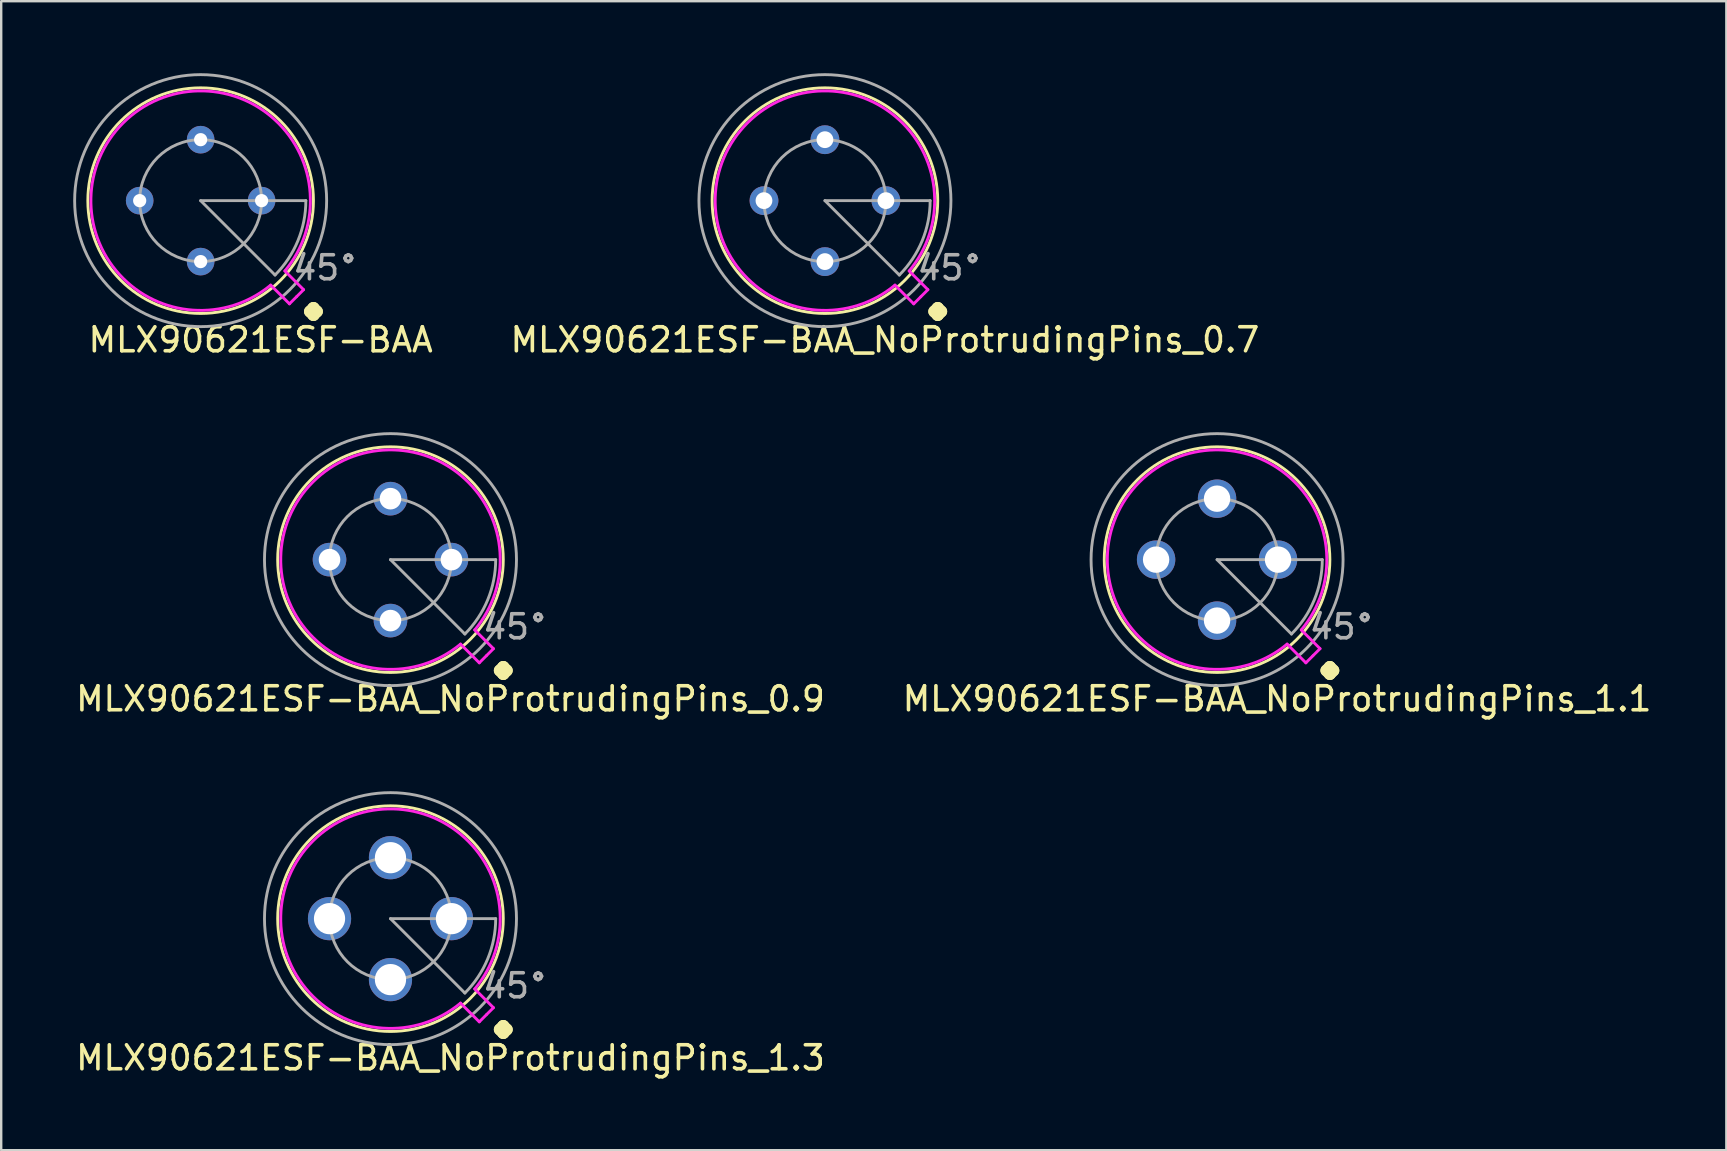
<source format=kicad_pcb>
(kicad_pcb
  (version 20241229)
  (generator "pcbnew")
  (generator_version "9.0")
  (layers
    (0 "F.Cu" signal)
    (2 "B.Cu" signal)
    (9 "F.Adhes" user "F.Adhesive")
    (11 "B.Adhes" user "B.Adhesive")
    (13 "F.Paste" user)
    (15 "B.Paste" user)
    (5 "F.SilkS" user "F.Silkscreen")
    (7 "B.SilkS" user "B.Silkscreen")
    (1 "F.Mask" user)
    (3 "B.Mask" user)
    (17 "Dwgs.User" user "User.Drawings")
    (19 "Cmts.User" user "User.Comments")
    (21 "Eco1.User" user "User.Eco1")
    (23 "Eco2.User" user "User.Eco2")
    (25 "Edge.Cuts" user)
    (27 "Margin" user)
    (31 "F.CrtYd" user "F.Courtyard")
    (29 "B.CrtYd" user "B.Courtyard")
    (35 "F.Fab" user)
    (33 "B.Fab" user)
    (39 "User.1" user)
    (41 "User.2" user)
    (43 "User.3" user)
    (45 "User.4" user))
  (footprint "MLX90621ESF-BAA_NoProtrudingPins_1.3"
    (layer "F.Cu")
    (at 13.22 35.227)
    (property "Reference" "MLX90621ESF-BAA_NoProtrudingPins_1.3" (at 2.5 5.8 0) (layer "F.SilkS") (effects (font (size 1 1) (thickness 0.15))))
    (attr through_hole)
    (fp_circle (center 0 0) (end 4.7 0) (stroke (width 0.12) (type solid)) (fill no) (layer "F.SilkS"))
    (fp_line (start 3.7 4.3) (end 2.92 3.52) (stroke (width 0.12) (type solid)) (layer "F.CrtYd"))
    (fp_line (start 3.7 4.3) (end 3.99 4.01) (stroke (width 0.12) (type solid)) (layer "F.CrtYd"))
    (fp_line (start 4 4) (end 4.29 3.71) (stroke (width 0.12) (type solid)) (layer "F.CrtYd"))
    (fp_line (start 4.29 3.71) (end 3.51 2.93) (stroke (width 0.12) (type solid)) (layer "F.CrtYd"))
    (fp_arc (start 2.919175 3.519006) (mid -3.228047 -3.238006) (end 3.509999 2.929999) (stroke (width 0.12) (type solid)) (layer "F.CrtYd"))
    (fp_line (start 0 0) (end 4.384 0) (stroke (width 0.12) (type solid)) (layer "F.Fab"))
    (fp_line (start 3.1 3.1) (end 0 0) (stroke (width 0.12) (type solid)) (layer "F.Fab"))
    (fp_arc (start 4.384061 0) (mid 4.050344 1.677707) (end 3.099999 3.099999) (stroke (width 0.12) (type solid)) (layer "F.Fab"))
    (fp_circle (center 0 0) (end 0 2.54) (stroke (width 0.12) (type solid)) (fill no) (layer "F.Fab"))
    (fp_circle (center 0 0) (end 5.25 0) (stroke (width 0.12) (type solid)) (fill no) (layer "F.Fab"))
    (fp_text user "." (at 4.7 3.4 0) (layer "F.SilkS") (effects (font (size 3 3) (thickness 0.5))))
    (fp_text user "45°" (at 5.2 2.8 0) (layer "F.Fab") (effects (font (size 1 1) (thickness 0.15))))
    (pad "1" thru_hole circle (at 2.54 0) (size 1.8 1.8) (drill 1.3) (layers "*.Cu" "*.Mask"))
    (pad "2" thru_hole circle (at 0 -2.54) (size 1.8 1.8) (drill 1.3) (layers "*.Cu" "*.Mask"))
    (pad "3" thru_hole circle (at -2.54 0) (size 1.8 1.8) (drill 1.3) (layers "*.Cu" "*.Mask"))
    (pad "4" thru_hole circle (at 0 2.54) (size 1.8 1.8) (drill 1.3) (layers "*.Cu" "*.Mask")))
  (footprint "MLX90621ESF-BAA_NoProtrudingPins_0.9"
    (layer "F.Cu")
    (at 13.22 20.268)
    (property "Reference" "MLX90621ESF-BAA_NoProtrudingPins_0.9" (at 2.5 5.8 0) (layer "F.SilkS") (effects (font (size 1 1) (thickness 0.15))))
    (attr through_hole)
    (fp_circle (center 0 0) (end 4.7 0) (stroke (width 0.12) (type solid)) (fill no) (layer "F.SilkS"))
    (fp_line (start 3.7 4.3) (end 2.92 3.52) (stroke (width 0.12) (type solid)) (layer "F.CrtYd"))
    (fp_line (start 3.7 4.3) (end 3.99 4.01) (stroke (width 0.12) (type solid)) (layer "F.CrtYd"))
    (fp_line (start 4 4) (end 4.29 3.71) (stroke (width 0.12) (type solid)) (layer "F.CrtYd"))
    (fp_line (start 4.29 3.71) (end 3.51 2.93) (stroke (width 0.12) (type solid)) (layer "F.CrtYd"))
    (fp_arc (start 2.919175 3.519006) (mid -3.228047 -3.238006) (end 3.509999 2.929999) (stroke (width 0.12) (type solid)) (layer "F.CrtYd"))
    (fp_line (start 0 0) (end 4.384 0) (stroke (width 0.12) (type solid)) (layer "F.Fab"))
    (fp_line (start 3.1 3.1) (end 0 0) (stroke (width 0.12) (type solid)) (layer "F.Fab"))
    (fp_arc (start 4.384061 0) (mid 4.050344 1.677707) (end 3.099999 3.099999) (stroke (width 0.12) (type solid)) (layer "F.Fab"))
    (fp_circle (center 0 0) (end 0 2.54) (stroke (width 0.12) (type solid)) (fill no) (layer "F.Fab"))
    (fp_circle (center 0 0) (end 5.25 0) (stroke (width 0.12) (type solid)) (fill no) (layer "F.Fab"))
    (fp_text user "." (at 4.7 3.4 0) (layer "F.SilkS") (effects (font (size 3 3) (thickness 0.5))))
    (fp_text user "45°" (at 5.2 2.8 0) (layer "F.Fab") (effects (font (size 1 1) (thickness 0.15))))
    (pad "1" thru_hole circle (at 2.54 0) (size 1.4 1.4) (drill 0.9) (layers "*.Cu" "*.Mask"))
    (pad "2" thru_hole circle (at 0 -2.54) (size 1.4 1.4) (drill 0.9) (layers "*.Cu" "*.Mask"))
    (pad "3" thru_hole circle (at -2.54 0) (size 1.4 1.4) (drill 0.9) (layers "*.Cu" "*.Mask"))
    (pad "4" thru_hole circle (at 0 2.54) (size 1.4 1.4) (drill 0.9) (layers "*.Cu" "*.Mask")))
  (footprint "MLX90621ESF-BAA_NoProtrudingPins_1.1"
    (layer "F.Cu")
    (at 47.661 20.268)
    (property "Reference" "MLX90621ESF-BAA_NoProtrudingPins_1.1" (at 2.5 5.8 0) (layer "F.SilkS") (effects (font (size 1 1) (thickness 0.15))))
    (attr through_hole)
    (fp_circle (center 0 0) (end 4.7 0) (stroke (width 0.12) (type solid)) (fill no) (layer "F.SilkS"))
    (fp_line (start 3.7 4.3) (end 2.92 3.52) (stroke (width 0.12) (type solid)) (layer "F.CrtYd"))
    (fp_line (start 3.7 4.3) (end 3.99 4.01) (stroke (width 0.12) (type solid)) (layer "F.CrtYd"))
    (fp_line (start 4 4) (end 4.29 3.71) (stroke (width 0.12) (type solid)) (layer "F.CrtYd"))
    (fp_line (start 4.29 3.71) (end 3.51 2.93) (stroke (width 0.12) (type solid)) (layer "F.CrtYd"))
    (fp_arc (start 2.919175 3.519006) (mid -3.228047 -3.238006) (end 3.509999 2.929999) (stroke (width 0.12) (type solid)) (layer "F.CrtYd"))
    (fp_line (start 0 0) (end 4.384 0) (stroke (width 0.12) (type solid)) (layer "F.Fab"))
    (fp_line (start 3.1 3.1) (end 0 0) (stroke (width 0.12) (type solid)) (layer "F.Fab"))
    (fp_arc (start 4.384061 0) (mid 4.050344 1.677707) (end 3.099999 3.099999) (stroke (width 0.12) (type solid)) (layer "F.Fab"))
    (fp_circle (center 0 0) (end 0 2.54) (stroke (width 0.12) (type solid)) (fill no) (layer "F.Fab"))
    (fp_circle (center 0 0) (end 5.25 0) (stroke (width 0.12) (type solid)) (fill no) (layer "F.Fab"))
    (fp_text user "." (at 4.7 3.4 0) (layer "F.SilkS") (effects (font (size 3 3) (thickness 0.5))))
    (fp_text user "45°" (at 5.2 2.8 0) (layer "F.Fab") (effects (font (size 1 1) (thickness 0.15))))
    (pad "1" thru_hole circle (at 2.54 0) (size 1.6 1.6) (drill 1.1) (layers "*.Cu" "*.Mask"))
    (pad "2" thru_hole circle (at 0 -2.54) (size 1.6 1.6) (drill 1.1) (layers "*.Cu" "*.Mask"))
    (pad "3" thru_hole circle (at -2.54 0) (size 1.6 1.6) (drill 1.1) (layers "*.Cu" "*.Mask"))
    (pad "4" thru_hole circle (at 0 2.54) (size 1.6 1.6) (drill 1.1) (layers "*.Cu" "*.Mask")))
  (footprint "MLX90621ESF-BAA_NoProtrudingPins_0.7"
    (layer "F.Cu")
    (at 31.322 5.31)
    (property "Reference" "MLX90621ESF-BAA_NoProtrudingPins_0.7" (at 2.5 5.8 0) (layer "F.SilkS") (effects (font (size 1 1) (thickness 0.15))))
    (attr through_hole)
    (fp_circle (center 0 0) (end 4.7 0) (stroke (width 0.12) (type solid)) (fill no) (layer "F.SilkS"))
    (fp_line (start 3.7 4.3) (end 2.92 3.52) (stroke (width 0.12) (type solid)) (layer "F.CrtYd"))
    (fp_line (start 3.7 4.3) (end 3.99 4.01) (stroke (width 0.12) (type solid)) (layer "F.CrtYd"))
    (fp_line (start 4 4) (end 4.29 3.71) (stroke (width 0.12) (type solid)) (layer "F.CrtYd"))
    (fp_line (start 4.29 3.71) (end 3.51 2.93) (stroke (width 0.12) (type solid)) (layer "F.CrtYd"))
    (fp_arc (start 2.919175 3.519006) (mid -3.228047 -3.238006) (end 3.509999 2.929999) (stroke (width 0.12) (type solid)) (layer "F.CrtYd"))
    (fp_line (start 0 0) (end 4.384 0) (stroke (width 0.12) (type solid)) (layer "F.Fab"))
    (fp_line (start 3.1 3.1) (end 0 0) (stroke (width 0.12) (type solid)) (layer "F.Fab"))
    (fp_arc (start 4.384061 0) (mid 4.050344 1.677707) (end 3.099999 3.099999) (stroke (width 0.12) (type solid)) (layer "F.Fab"))
    (fp_circle (center 0 0) (end 0 2.54) (stroke (width 0.12) (type solid)) (fill no) (layer "F.Fab"))
    (fp_circle (center 0 0) (end 5.25 0) (stroke (width 0.12) (type solid)) (fill no) (layer "F.Fab"))
    (fp_text user "." (at 4.7 3.4 0) (layer "F.SilkS") (effects (font (size 3 3) (thickness 0.5))))
    (fp_text user "45°" (at 5.2 2.8 0) (layer "F.Fab") (effects (font (size 1 1) (thickness 0.15))))
    (pad "1" thru_hole circle (at 2.54 0) (size 1.2 1.2) (drill 0.7) (layers "*.Cu" "*.Mask"))
    (pad "2" thru_hole circle (at 0 -2.54) (size 1.2 1.2) (drill 0.7) (layers "*.Cu" "*.Mask"))
    (pad "3" thru_hole circle (at -2.54 0) (size 1.2 1.2) (drill 0.7) (layers "*.Cu" "*.Mask"))
    (pad "4" thru_hole circle (at 0 2.54) (size 1.2 1.2) (drill 0.7) (layers "*.Cu" "*.Mask")))
  (footprint "MLX90621ESF-BAA"
    (layer "F.Cu")
    (at 5.31 5.31)
    (property "Reference" "MLX90621ESF-BAA" (at 2.5 5.8 0) (layer "F.SilkS") (effects (font (size 1 1) (thickness 0.15))))
    (attr through_hole)
    (fp_circle (center 0 0) (end 4.7 0) (stroke (width 0.12) (type solid)) (fill no) (layer "F.SilkS"))
    (fp_line (start 3.7 4.3) (end 2.92 3.52) (stroke (width 0.12) (type solid)) (layer "F.CrtYd"))
    (fp_line (start 3.7 4.3) (end 3.99 4.01) (stroke (width 0.12) (type solid)) (layer "F.CrtYd"))
    (fp_line (start 4 4) (end 4.29 3.71) (stroke (width 0.12) (type solid)) (layer "F.CrtYd"))
    (fp_line (start 4.29 3.71) (end 3.51 2.93) (stroke (width 0.12) (type solid)) (layer "F.CrtYd"))
    (fp_arc (start 2.919175 3.519006) (mid -3.228047 -3.238006) (end 3.509999 2.929999) (stroke (width 0.12) (type solid)) (layer "F.CrtYd"))
    (fp_line (start 0 0) (end 4.384 0) (stroke (width 0.12) (type solid)) (layer "F.Fab"))
    (fp_line (start 3.1 3.1) (end 0 0) (stroke (width 0.12) (type solid)) (layer "F.Fab"))
    (fp_arc (start 4.384061 0) (mid 4.050344 1.677707) (end 3.099999 3.099999) (stroke (width 0.12) (type solid)) (layer "F.Fab"))
    (fp_circle (center 0 0) (end 0 2.54) (stroke (width 0.12) (type solid)) (fill no) (layer "F.Fab"))
    (fp_circle (center 0 0) (end 5.25 0) (stroke (width 0.12) (type solid)) (fill no) (layer "F.Fab"))
    (fp_text user "." (at 4.7 3.4 0) (layer "F.SilkS") (effects (font (size 3 3) (thickness 0.5))))
    (fp_text user "45°" (at 5.2 2.8 0) (layer "F.Fab") (effects (font (size 1 1) (thickness 0.15))))
    (pad "1" thru_hole circle (at 2.54 0) (size 1.15 1.15) (drill 0.55) (layers "*.Cu" "*.Mask"))
    (pad "2" thru_hole circle (at 0 -2.54) (size 1.15 1.15) (drill 0.55) (layers "*.Cu" "*.Mask"))
    (pad "3" thru_hole circle (at -2.54 0) (size 1.15 1.15) (drill 0.55) (layers "*.Cu" "*.Mask"))
    (pad "4" thru_hole circle (at 0 2.54) (size 1.15 1.15) (drill 0.55) (layers "*.Cu" "*.Mask")))
  (gr_rect
    (start -3 -3)
    (end 68.881 44.875)
    (stroke (width 0.1) (type default))
    (fill no)
    (layer "Edge.Cuts")))
</source>
